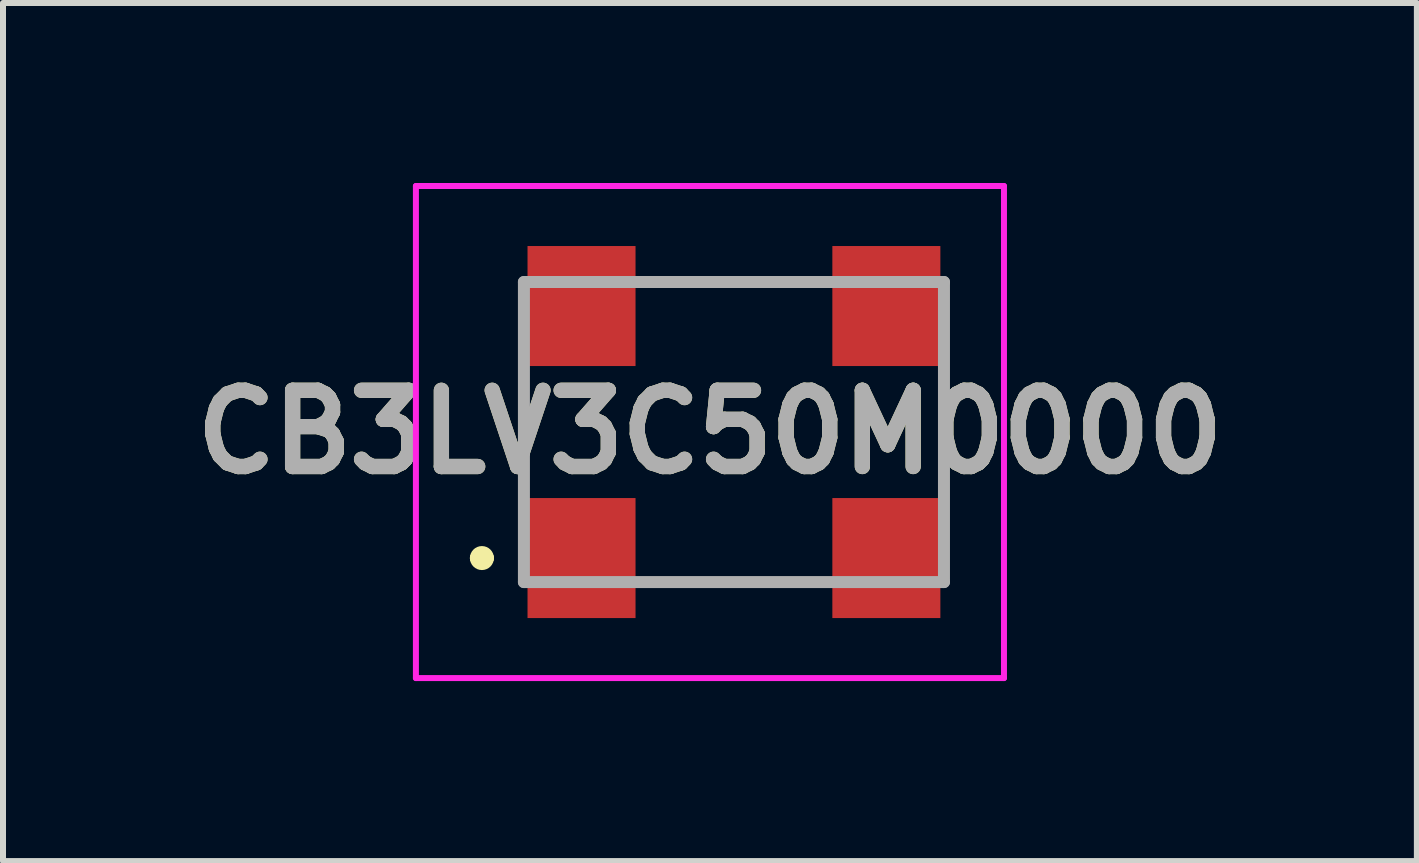
<source format=kicad_pcb>
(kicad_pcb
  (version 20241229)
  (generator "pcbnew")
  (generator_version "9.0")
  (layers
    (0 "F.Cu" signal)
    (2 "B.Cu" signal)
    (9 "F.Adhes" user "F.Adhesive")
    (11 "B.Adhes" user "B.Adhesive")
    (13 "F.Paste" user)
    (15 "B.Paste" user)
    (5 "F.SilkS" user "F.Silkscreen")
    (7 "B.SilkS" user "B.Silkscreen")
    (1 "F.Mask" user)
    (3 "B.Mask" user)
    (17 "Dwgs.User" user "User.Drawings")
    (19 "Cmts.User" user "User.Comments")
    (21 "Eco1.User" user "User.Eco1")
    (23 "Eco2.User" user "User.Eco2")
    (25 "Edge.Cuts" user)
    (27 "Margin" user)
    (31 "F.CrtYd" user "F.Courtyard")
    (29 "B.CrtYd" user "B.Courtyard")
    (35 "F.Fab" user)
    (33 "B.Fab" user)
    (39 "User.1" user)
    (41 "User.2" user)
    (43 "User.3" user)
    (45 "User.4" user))
  (footprint "CB3LV3C50M0000"
    (layer "F.Cu")
    (at 9.181 4.15)
    (property "Reference" "CB3LV3C50M0000" (at -0.4 0 0) (layer "F.SilkS") (effects (font (size 1.27 1.27) (thickness 0.254))))
    (attr smd)
    (fp_line (start -4.3 2.1) (end -4.3 2.1) (stroke (width 0.2) (type solid)) (layer "F.SilkS"))
    (fp_line (start -4.1 2.1) (end -4.1 2.1) (stroke (width 0.2) (type solid)) (layer "F.SilkS"))
    (fp_line (start -3.5 0.8) (end -3.5 -0.8) (stroke (width 0.1) (type solid)) (layer "F.SilkS"))
    (fp_line (start -1.4 -2.5) (end 1.3 -2.5) (stroke (width 0.1) (type solid)) (layer "F.SilkS"))
    (fp_line (start -1.4 2.5) (end 1.4 2.5) (stroke (width 0.1) (type solid)) (layer "F.SilkS"))
    (fp_line (start 3.5 0.7) (end 3.5 -0.9) (stroke (width 0.1) (type solid)) (layer "F.SilkS"))
    (fp_arc (start -4.3 2.1) (mid -4.2 2) (end -4.1 2.1) (stroke (width 0.2) (type solid)) (layer "F.SilkS"))
    (fp_arc (start -4.1 2.1) (mid -4.2 2.2) (end -4.3 2.1) (stroke (width 0.2) (type solid)) (layer "F.SilkS"))
    (fp_line (start -5.3 -4.1) (end 4.5 -4.1) (stroke (width 0.1) (type solid)) (layer "F.CrtYd"))
    (fp_line (start -5.3 4.1) (end -5.3 -4.1) (stroke (width 0.1) (type solid)) (layer "F.CrtYd"))
    (fp_line (start 4.5 -4.1) (end 4.5 4.1) (stroke (width 0.1) (type solid)) (layer "F.CrtYd"))
    (fp_line (start 4.5 4.1) (end -5.3 4.1) (stroke (width 0.1) (type solid)) (layer "F.CrtYd"))
    (fp_line (start -3.5 -2.5) (end 3.5 -2.5) (stroke (width 0.2) (type solid)) (layer "F.Fab"))
    (fp_line (start -3.5 2.5) (end -3.5 -2.5) (stroke (width 0.2) (type solid)) (layer "F.Fab"))
    (fp_line (start 3.5 -2.5) (end 3.5 2.5) (stroke (width 0.2) (type solid)) (layer "F.Fab"))
    (fp_line (start 3.5 2.5) (end -3.5 2.5) (stroke (width 0.2) (type solid)) (layer "F.Fab"))
    (fp_text user "${REFERENCE}" (at -0.4 0 0) (layer "F.Fab") (effects (font (size 1.27 1.27) (thickness 0.254))))
    (pad "1" smd rect (at -2.54 2.1) (size 1.8 2) (layers "F.Cu" "F.Mask" "F.Paste"))
    (pad "2" smd rect (at 2.54 2.1) (size 1.8 2) (layers "F.Cu" "F.Mask" "F.Paste"))
    (pad "3" smd rect (at 2.54 -2.1) (size 1.8 2) (layers "F.Cu" "F.Mask" "F.Paste"))
    (pad "4" smd rect (at -2.54 -2.1) (size 1.8 2) (layers "F.Cu" "F.Mask" "F.Paste")))
  (gr_rect
    (start -3 -3)
    (end 20.562 11.3)
    (stroke (width 0.1) (type default))
    (fill no)
    (layer "Edge.Cuts")))
</source>
